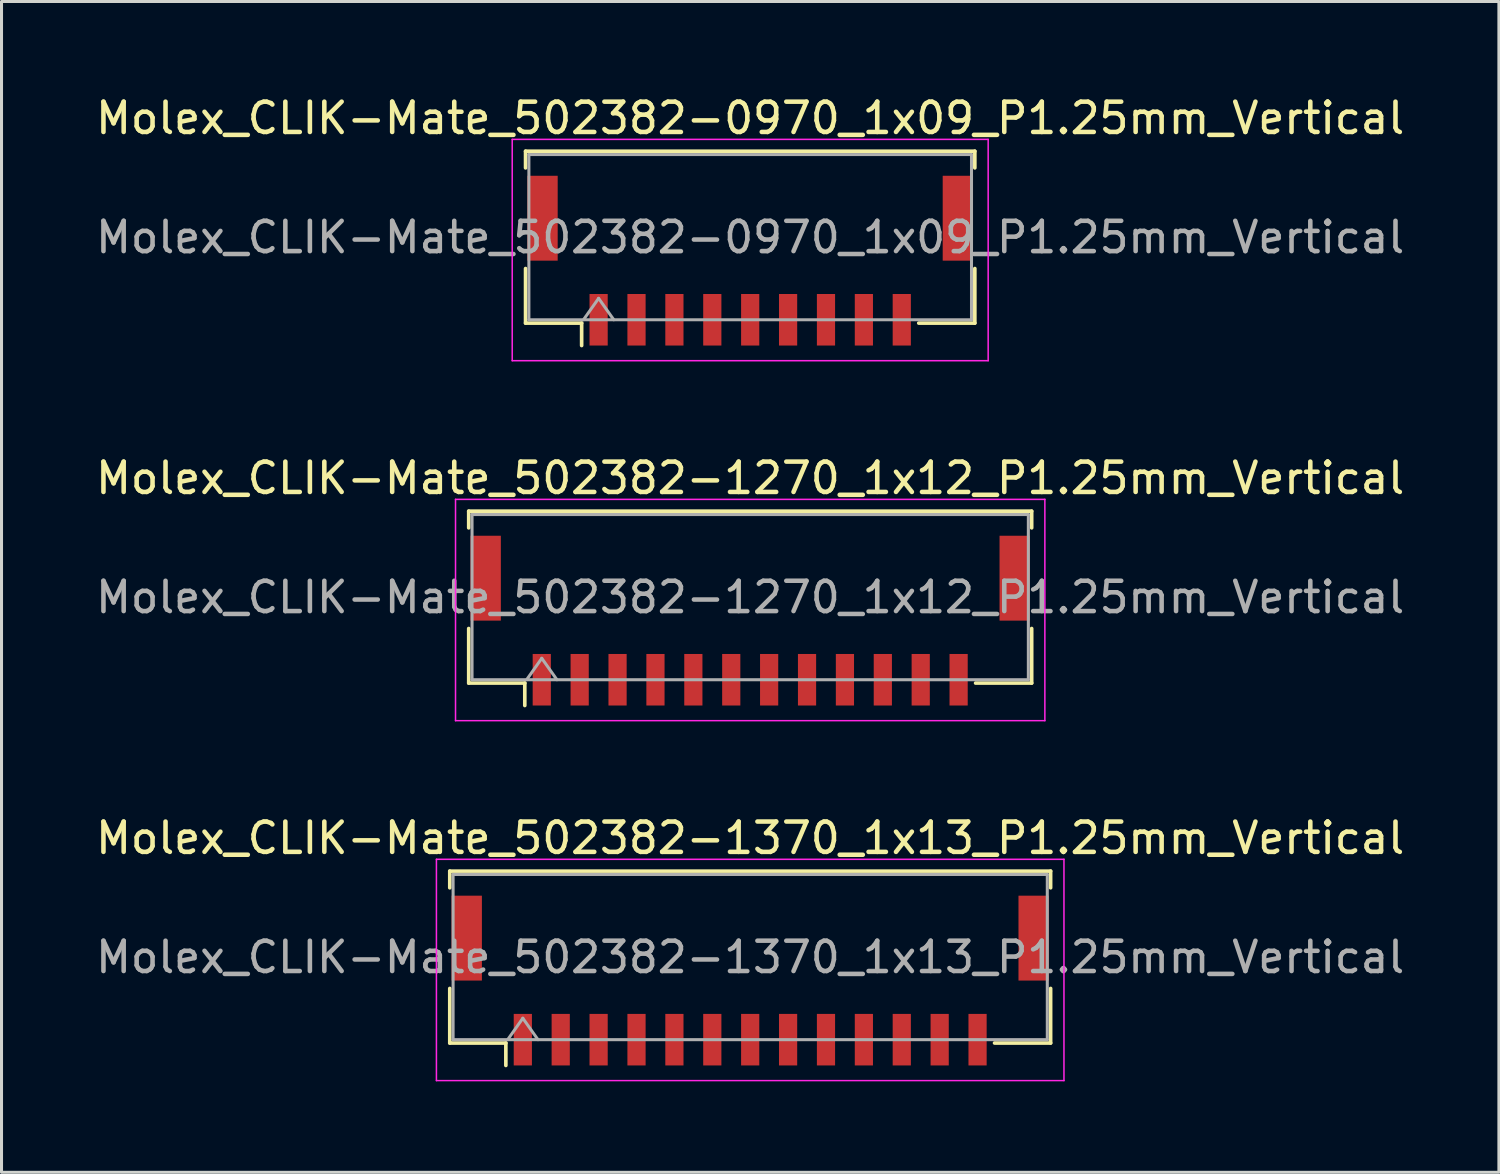
<source format=kicad_pcb>
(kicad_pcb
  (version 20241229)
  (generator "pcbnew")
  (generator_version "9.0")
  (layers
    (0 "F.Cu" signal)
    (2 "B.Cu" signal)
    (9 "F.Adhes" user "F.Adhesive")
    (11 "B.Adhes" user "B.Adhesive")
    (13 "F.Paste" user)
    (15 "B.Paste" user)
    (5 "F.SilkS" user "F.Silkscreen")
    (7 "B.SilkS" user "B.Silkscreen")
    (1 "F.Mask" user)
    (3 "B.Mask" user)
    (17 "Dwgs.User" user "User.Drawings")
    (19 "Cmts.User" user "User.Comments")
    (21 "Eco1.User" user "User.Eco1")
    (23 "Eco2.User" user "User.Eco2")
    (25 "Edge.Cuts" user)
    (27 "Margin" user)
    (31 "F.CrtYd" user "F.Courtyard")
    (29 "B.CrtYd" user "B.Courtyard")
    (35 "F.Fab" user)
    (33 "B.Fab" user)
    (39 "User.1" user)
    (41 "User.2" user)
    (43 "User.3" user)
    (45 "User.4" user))
  (footprint "Molex_CLIK-Mate_502382-1270_1x12_P1.25mm_Vertical"
    (layer "F.Cu")
    (at 21.696 17.422)
    (property "Reference" "Molex_CLIK-Mate_502382-1270_1x12_P1.25mm_Vertical" (at 0 -4.7 0) (layer "F.SilkS") (effects (font (size 1 1) (thickness 0.15))))
    (attr smd)
    (fp_line (start -9.285 -3.61) (end 9.285 -3.61) (stroke (width 0.12) (type solid)) (layer "F.SilkS"))
    (fp_line (start -9.285 -3.06) (end -9.285 -3.61) (stroke (width 0.12) (type solid)) (layer "F.SilkS"))
    (fp_line (start -9.285 0.26) (end -9.285 2.06) (stroke (width 0.12) (type solid)) (layer "F.SilkS"))
    (fp_line (start -9.285 2.06) (end -7.435 2.06) (stroke (width 0.12) (type solid)) (layer "F.SilkS"))
    (fp_line (start -7.435 2.06) (end -7.435 2.8) (stroke (width 0.12) (type solid)) (layer "F.SilkS"))
    (fp_line (start 9.285 -3.61) (end 9.285 -3.06) (stroke (width 0.12) (type solid)) (layer "F.SilkS"))
    (fp_line (start 9.285 0.26) (end 9.285 2.06) (stroke (width 0.12) (type solid)) (layer "F.SilkS"))
    (fp_line (start 9.285 2.06) (end 7.435 2.06) (stroke (width 0.12) (type solid)) (layer "F.SilkS"))
    (fp_line (start -9.72 -4) (end -9.72 3.3) (stroke (width 0.05) (type solid)) (layer "F.CrtYd"))
    (fp_line (start -9.72 3.3) (end 9.72 3.3) (stroke (width 0.05) (type solid)) (layer "F.CrtYd"))
    (fp_line (start 9.72 -4) (end -9.72 -4) (stroke (width 0.05) (type solid)) (layer "F.CrtYd"))
    (fp_line (start 9.72 3.3) (end 9.72 -4) (stroke (width 0.05) (type solid)) (layer "F.CrtYd"))
    (fp_line (start -9.175 -3.5) (end 9.175 -3.5) (stroke (width 0.1) (type solid)) (layer "F.Fab"))
    (fp_line (start -9.175 1.95) (end -9.175 -3.5) (stroke (width 0.1) (type solid)) (layer "F.Fab"))
    (fp_line (start -9.175 1.95) (end 9.175 1.95) (stroke (width 0.1) (type solid)) (layer "F.Fab"))
    (fp_line (start -7.375 1.95) (end -6.875 1.243) (stroke (width 0.1) (type solid)) (layer "F.Fab"))
    (fp_line (start -6.875 1.243) (end -6.375 1.95) (stroke (width 0.1) (type solid)) (layer "F.Fab"))
    (fp_line (start 9.175 1.95) (end 9.175 -3.5) (stroke (width 0.1) (type solid)) (layer "F.Fab"))
    (fp_text user "${REFERENCE}" (at 0 -0.77 0) (layer "F.Fab") (effects (font (size 1 1) (thickness 0.15))))
    (pad "" smd rect (at -8.725 -1.4) (size 1 2.8) (layers "F.Cu" "F.Mask" "F.Paste"))
    (pad "" smd rect (at 8.725 -1.4) (size 1 2.8) (layers "F.Cu" "F.Mask" "F.Paste"))
    (pad "1" smd rect (at -6.875 1.95) (size 0.6 1.7) (layers "F.Cu" "F.Mask" "F.Paste"))
    (pad "2" smd rect (at -5.625 1.95) (size 0.6 1.7) (layers "F.Cu" "F.Mask" "F.Paste"))
    (pad "3" smd rect (at -4.375 1.95) (size 0.6 1.7) (layers "F.Cu" "F.Mask" "F.Paste"))
    (pad "4" smd rect (at -3.125 1.95) (size 0.6 1.7) (layers "F.Cu" "F.Mask" "F.Paste"))
    (pad "5" smd rect (at -1.875 1.95) (size 0.6 1.7) (layers "F.Cu" "F.Mask" "F.Paste"))
    (pad "6" smd rect (at -0.625 1.95) (size 0.6 1.7) (layers "F.Cu" "F.Mask" "F.Paste"))
    (pad "7" smd rect (at 0.625 1.95) (size 0.6 1.7) (layers "F.Cu" "F.Mask" "F.Paste"))
    (pad "8" smd rect (at 1.875 1.95) (size 0.6 1.7) (layers "F.Cu" "F.Mask" "F.Paste"))
    (pad "9" smd rect (at 3.125 1.95) (size 0.6 1.7) (layers "F.Cu" "F.Mask" "F.Paste"))
    (pad "10" smd rect (at 4.375 1.95) (size 0.6 1.7) (layers "F.Cu" "F.Mask" "F.Paste"))
    (pad "11" smd rect (at 5.625 1.95) (size 0.6 1.7) (layers "F.Cu" "F.Mask" "F.Paste"))
    (pad "12" smd rect (at 6.875 1.95) (size 0.6 1.7) (layers "F.Cu" "F.Mask" "F.Paste")))
  (footprint "Molex_CLIK-Mate_502382-1370_1x13_P1.25mm_Vertical"
    (layer "F.Cu")
    (at 21.696 29.295)
    (property "Reference" "Molex_CLIK-Mate_502382-1370_1x13_P1.25mm_Vertical" (at 0 -4.7 0) (layer "F.SilkS") (effects (font (size 1 1) (thickness 0.15))))
    (attr smd)
    (fp_line (start -9.91 -3.61) (end 9.91 -3.61) (stroke (width 0.12) (type solid)) (layer "F.SilkS"))
    (fp_line (start -9.91 -3.06) (end -9.91 -3.61) (stroke (width 0.12) (type solid)) (layer "F.SilkS"))
    (fp_line (start -9.91 0.26) (end -9.91 2.06) (stroke (width 0.12) (type solid)) (layer "F.SilkS"))
    (fp_line (start -9.91 2.06) (end -8.06 2.06) (stroke (width 0.12) (type solid)) (layer "F.SilkS"))
    (fp_line (start -8.06 2.06) (end -8.06 2.8) (stroke (width 0.12) (type solid)) (layer "F.SilkS"))
    (fp_line (start 9.91 -3.61) (end 9.91 -3.06) (stroke (width 0.12) (type solid)) (layer "F.SilkS"))
    (fp_line (start 9.91 0.26) (end 9.91 2.06) (stroke (width 0.12) (type solid)) (layer "F.SilkS"))
    (fp_line (start 9.91 2.06) (end 8.06 2.06) (stroke (width 0.12) (type solid)) (layer "F.SilkS"))
    (fp_line (start -10.35 -4) (end -10.35 3.3) (stroke (width 0.05) (type solid)) (layer "F.CrtYd"))
    (fp_line (start -10.35 3.3) (end 10.35 3.3) (stroke (width 0.05) (type solid)) (layer "F.CrtYd"))
    (fp_line (start 10.35 -4) (end -10.35 -4) (stroke (width 0.05) (type solid)) (layer "F.CrtYd"))
    (fp_line (start 10.35 3.3) (end 10.35 -4) (stroke (width 0.05) (type solid)) (layer "F.CrtYd"))
    (fp_line (start -9.8 -3.5) (end 9.8 -3.5) (stroke (width 0.1) (type solid)) (layer "F.Fab"))
    (fp_line (start -9.8 1.95) (end -9.8 -3.5) (stroke (width 0.1) (type solid)) (layer "F.Fab"))
    (fp_line (start -9.8 1.95) (end 9.8 1.95) (stroke (width 0.1) (type solid)) (layer "F.Fab"))
    (fp_line (start -8 1.95) (end -7.5 1.243) (stroke (width 0.1) (type solid)) (layer "F.Fab"))
    (fp_line (start -7.5 1.243) (end -7 1.95) (stroke (width 0.1) (type solid)) (layer "F.Fab"))
    (fp_line (start 9.8 1.95) (end 9.8 -3.5) (stroke (width 0.1) (type solid)) (layer "F.Fab"))
    (fp_text user "${REFERENCE}" (at 0 -0.77 0) (layer "F.Fab") (effects (font (size 1 1) (thickness 0.15))))
    (pad "" smd rect (at -9.35 -1.4) (size 1 2.8) (layers "F.Cu" "F.Mask" "F.Paste"))
    (pad "" smd rect (at 9.35 -1.4) (size 1 2.8) (layers "F.Cu" "F.Mask" "F.Paste"))
    (pad "1" smd rect (at -7.5 1.95) (size 0.6 1.7) (layers "F.Cu" "F.Mask" "F.Paste"))
    (pad "2" smd rect (at -6.25 1.95) (size 0.6 1.7) (layers "F.Cu" "F.Mask" "F.Paste"))
    (pad "3" smd rect (at -5 1.95) (size 0.6 1.7) (layers "F.Cu" "F.Mask" "F.Paste"))
    (pad "4" smd rect (at -3.75 1.95) (size 0.6 1.7) (layers "F.Cu" "F.Mask" "F.Paste"))
    (pad "5" smd rect (at -2.5 1.95) (size 0.6 1.7) (layers "F.Cu" "F.Mask" "F.Paste"))
    (pad "6" smd rect (at -1.25 1.95) (size 0.6 1.7) (layers "F.Cu" "F.Mask" "F.Paste"))
    (pad "7" smd rect (at 0 1.95) (size 0.6 1.7) (layers "F.Cu" "F.Mask" "F.Paste"))
    (pad "8" smd rect (at 1.25 1.95) (size 0.6 1.7) (layers "F.Cu" "F.Mask" "F.Paste"))
    (pad "9" smd rect (at 2.5 1.95) (size 0.6 1.7) (layers "F.Cu" "F.Mask" "F.Paste"))
    (pad "10" smd rect (at 3.75 1.95) (size 0.6 1.7) (layers "F.Cu" "F.Mask" "F.Paste"))
    (pad "11" smd rect (at 5 1.95) (size 0.6 1.7) (layers "F.Cu" "F.Mask" "F.Paste"))
    (pad "12" smd rect (at 6.25 1.95) (size 0.6 1.7) (layers "F.Cu" "F.Mask" "F.Paste"))
    (pad "13" smd rect (at 7.5 1.95) (size 0.6 1.7) (layers "F.Cu" "F.Mask" "F.Paste")))
  (footprint "Molex_CLIK-Mate_502382-0970_1x09_P1.25mm_Vertical"
    (layer "F.Cu")
    (at 21.696 5.548)
    (property "Reference" "Molex_CLIK-Mate_502382-0970_1x09_P1.25mm_Vertical" (at 0 -4.7 0) (layer "F.SilkS") (effects (font (size 1 1) (thickness 0.15))))
    (attr smd)
    (fp_line (start -7.41 -3.61) (end 7.41 -3.61) (stroke (width 0.12) (type solid)) (layer "F.SilkS"))
    (fp_line (start -7.41 -3.06) (end -7.41 -3.61) (stroke (width 0.12) (type solid)) (layer "F.SilkS"))
    (fp_line (start -7.41 0.26) (end -7.41 2.06) (stroke (width 0.12) (type solid)) (layer "F.SilkS"))
    (fp_line (start -7.41 2.06) (end -5.56 2.06) (stroke (width 0.12) (type solid)) (layer "F.SilkS"))
    (fp_line (start -5.56 2.06) (end -5.56 2.8) (stroke (width 0.12) (type solid)) (layer "F.SilkS"))
    (fp_line (start 7.41 -3.61) (end 7.41 -3.06) (stroke (width 0.12) (type solid)) (layer "F.SilkS"))
    (fp_line (start 7.41 0.26) (end 7.41 2.06) (stroke (width 0.12) (type solid)) (layer "F.SilkS"))
    (fp_line (start 7.41 2.06) (end 5.56 2.06) (stroke (width 0.12) (type solid)) (layer "F.SilkS"))
    (fp_line (start -7.85 -4) (end -7.85 3.3) (stroke (width 0.05) (type solid)) (layer "F.CrtYd"))
    (fp_line (start -7.85 3.3) (end 7.85 3.3) (stroke (width 0.05) (type solid)) (layer "F.CrtYd"))
    (fp_line (start 7.85 -4) (end -7.85 -4) (stroke (width 0.05) (type solid)) (layer "F.CrtYd"))
    (fp_line (start 7.85 3.3) (end 7.85 -4) (stroke (width 0.05) (type solid)) (layer "F.CrtYd"))
    (fp_line (start -7.3 -3.5) (end 7.3 -3.5) (stroke (width 0.1) (type solid)) (layer "F.Fab"))
    (fp_line (start -7.3 1.95) (end -7.3 -3.5) (stroke (width 0.1) (type solid)) (layer "F.Fab"))
    (fp_line (start -7.3 1.95) (end 7.3 1.95) (stroke (width 0.1) (type solid)) (layer "F.Fab"))
    (fp_line (start -5.5 1.95) (end -5 1.243) (stroke (width 0.1) (type solid)) (layer "F.Fab"))
    (fp_line (start -5 1.243) (end -4.5 1.95) (stroke (width 0.1) (type solid)) (layer "F.Fab"))
    (fp_line (start 7.3 1.95) (end 7.3 -3.5) (stroke (width 0.1) (type solid)) (layer "F.Fab"))
    (fp_text user "${REFERENCE}" (at 0 -0.77 0) (layer "F.Fab") (effects (font (size 1 1) (thickness 0.15))))
    (pad "" smd rect (at -6.85 -1.4) (size 1 2.8) (layers "F.Cu" "F.Mask" "F.Paste"))
    (pad "" smd rect (at 6.85 -1.4) (size 1 2.8) (layers "F.Cu" "F.Mask" "F.Paste"))
    (pad "1" smd rect (at -5 1.95) (size 0.6 1.7) (layers "F.Cu" "F.Mask" "F.Paste"))
    (pad "2" smd rect (at -3.75 1.95) (size 0.6 1.7) (layers "F.Cu" "F.Mask" "F.Paste"))
    (pad "3" smd rect (at -2.5 1.95) (size 0.6 1.7) (layers "F.Cu" "F.Mask" "F.Paste"))
    (pad "4" smd rect (at -1.25 1.95) (size 0.6 1.7) (layers "F.Cu" "F.Mask" "F.Paste"))
    (pad "5" smd rect (at 0 1.95) (size 0.6 1.7) (layers "F.Cu" "F.Mask" "F.Paste"))
    (pad "6" smd rect (at 1.25 1.95) (size 0.6 1.7) (layers "F.Cu" "F.Mask" "F.Paste"))
    (pad "7" smd rect (at 2.5 1.95) (size 0.6 1.7) (layers "F.Cu" "F.Mask" "F.Paste"))
    (pad "8" smd rect (at 3.75 1.95) (size 0.6 1.7) (layers "F.Cu" "F.Mask" "F.Paste"))
    (pad "9" smd rect (at 5 1.95) (size 0.6 1.7) (layers "F.Cu" "F.Mask" "F.Paste")))
  (gr_rect
    (start -3 -3)
    (end 46.393 35.62)
    (stroke (width 0.1) (type default))
    (fill no)
    (layer "Edge.Cuts")))
</source>
